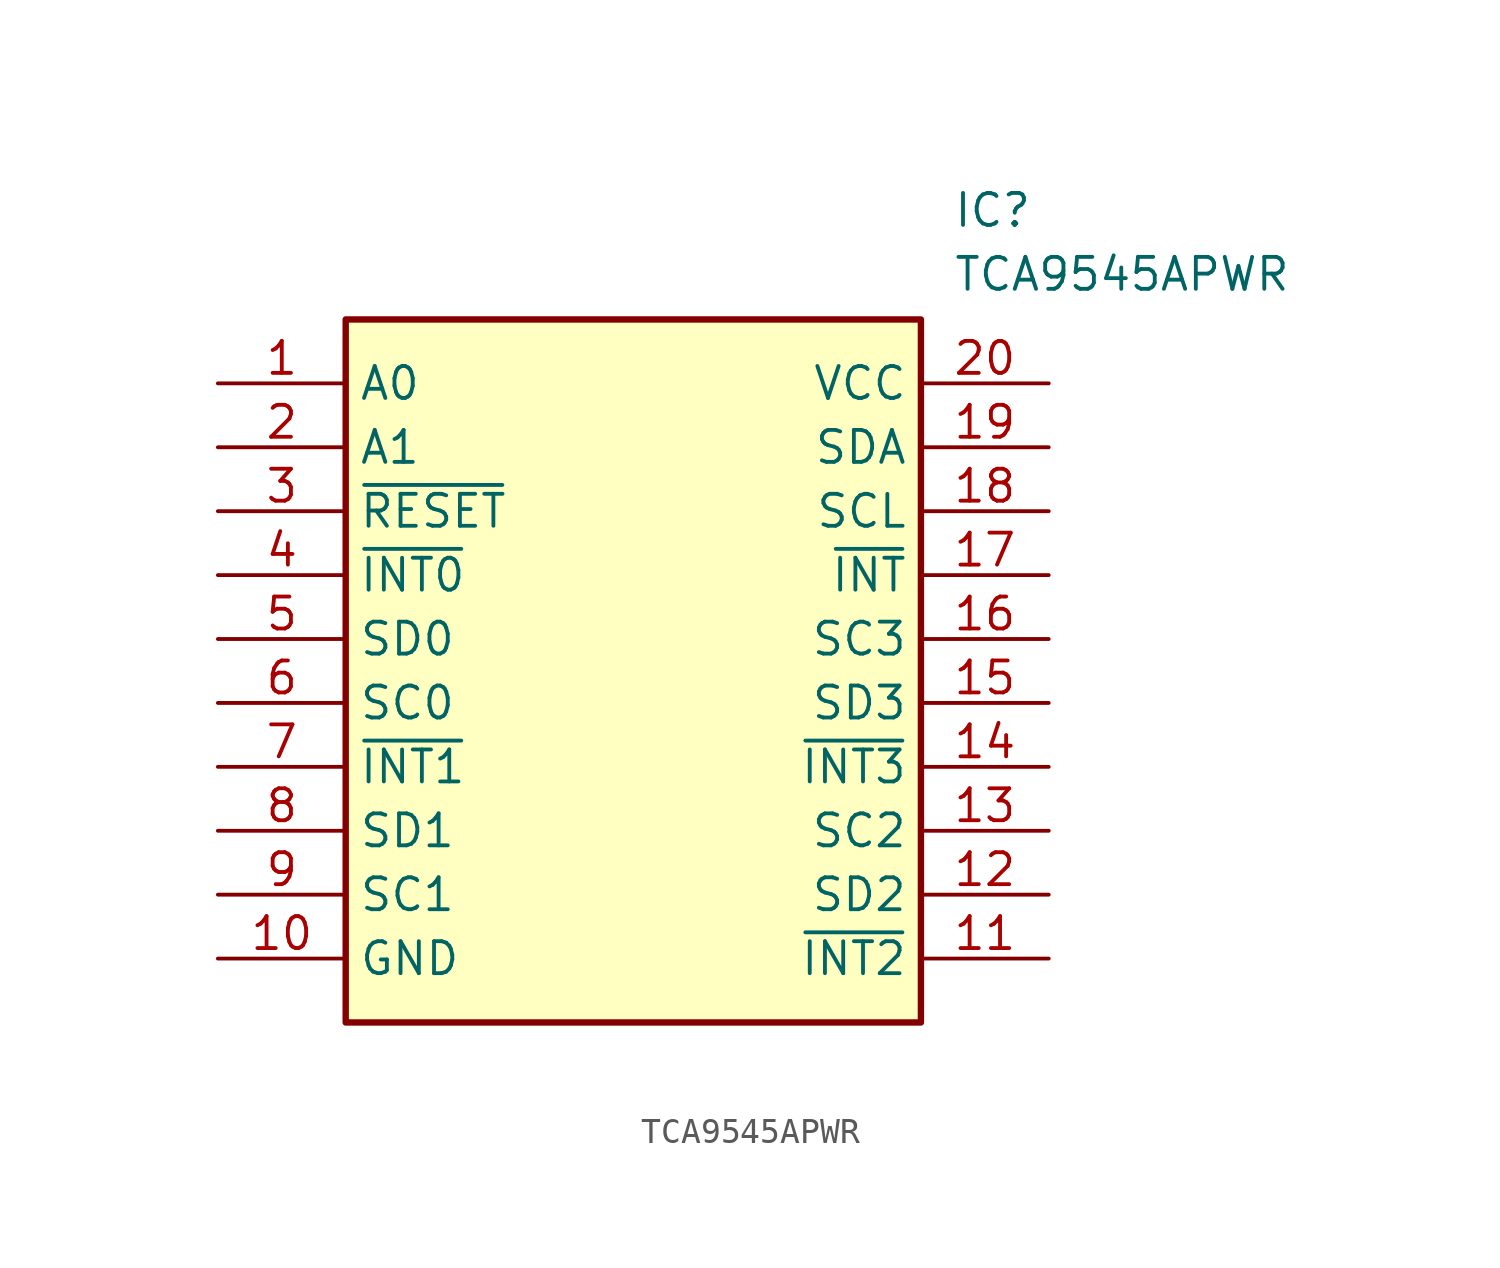
<source format=kicad_sym>
(kicad_symbol_lib
  (version 20231120)
  (generator "kicad_symbol_editor")
  (generator_version "8.0")
  (symbol "TCA9545APWR"
    (property "Reference" "IC"
      (at 29.21 7.62 0)
      (effects (font (size 1.27 1.27)) (justify left top)))
    (property "Value" "TCA9545APWR"
      (at 29.21 5.08 0)
      (effects (font (size 1.27 1.27)) (justify left top)))
    (symbol "TCA9545APWR_1_1"
      (rectangle (start 5.08 2.54) (end 27.94 -25.4) (stroke (width 0.254) (type default)) (fill (type background)))
      (pin passive line (at 0 0 0) (length 5.08) (name "A0" (effects (font (size 1.27 1.27)))) (number "1" (effects (font (size 1.27 1.27)))))
      (pin passive line (at 0 -22.86 0) (length 5.08) (name "GND" (effects (font (size 1.27 1.27)))) (number "10" (effects (font (size 1.27 1.27)))))
      (pin passive line (at 33.02 -22.86 180) (length 5.08) (name "~{INT2}" (effects (font (size 1.27 1.27)))) (number "11" (effects (font (size 1.27 1.27)))))
      (pin passive line (at 33.02 -20.32 180) (length 5.08) (name "SD2" (effects (font (size 1.27 1.27)))) (number "12" (effects (font (size 1.27 1.27)))))
      (pin passive line (at 33.02 -17.78 180) (length 5.08) (name "SC2" (effects (font (size 1.27 1.27)))) (number "13" (effects (font (size 1.27 1.27)))))
      (pin passive line (at 33.02 -15.24 180) (length 5.08) (name "~{INT3}" (effects (font (size 1.27 1.27)))) (number "14" (effects (font (size 1.27 1.27)))))
      (pin passive line (at 33.02 -12.7 180) (length 5.08) (name "SD3" (effects (font (size 1.27 1.27)))) (number "15" (effects (font (size 1.27 1.27)))))
      (pin passive line (at 33.02 -10.16 180) (length 5.08) (name "SC3" (effects (font (size 1.27 1.27)))) (number "16" (effects (font (size 1.27 1.27)))))
      (pin passive line (at 33.02 -7.62 180) (length 5.08) (name "~{INT}" (effects (font (size 1.27 1.27)))) (number "17" (effects (font (size 1.27 1.27)))))
      (pin passive line (at 33.02 -5.08 180) (length 5.08) (name "SCL" (effects (font (size 1.27 1.27)))) (number "18" (effects (font (size 1.27 1.27)))))
      (pin passive line (at 33.02 -2.54 180) (length 5.08) (name "SDA" (effects (font (size 1.27 1.27)))) (number "19" (effects (font (size 1.27 1.27)))))
      (pin passive line (at 0 -2.54 0) (length 5.08) (name "A1" (effects (font (size 1.27 1.27)))) (number "2" (effects (font (size 1.27 1.27)))))
      (pin passive line (at 33.02 0 180) (length 5.08) (name "VCC" (effects (font (size 1.27 1.27)))) (number "20" (effects (font (size 1.27 1.27)))))
      (pin passive line (at 0 -5.08 0) (length 5.08) (name "~{RESET}" (effects (font (size 1.27 1.27)))) (number "3" (effects (font (size 1.27 1.27)))))
      (pin passive line (at 0 -7.62 0) (length 5.08) (name "~{INT0}" (effects (font (size 1.27 1.27)))) (number "4" (effects (font (size 1.27 1.27)))))
      (pin passive line (at 0 -10.16 0) (length 5.08) (name "SD0" (effects (font (size 1.27 1.27)))) (number "5" (effects (font (size 1.27 1.27)))))
      (pin passive line (at 0 -12.7 0) (length 5.08) (name "SC0" (effects (font (size 1.27 1.27)))) (number "6" (effects (font (size 1.27 1.27)))))
      (pin passive line (at 0 -15.24 0) (length 5.08) (name "~{INT1}" (effects (font (size 1.27 1.27)))) (number "7" (effects (font (size 1.27 1.27)))))
      (pin passive line (at 0 -17.78 0) (length 5.08) (name "SD1" (effects (font (size 1.27 1.27)))) (number "8" (effects (font (size 1.27 1.27)))))
      (pin passive line (at 0 -20.32 0) (length 5.08) (name "SC1" (effects (font (size 1.27 1.27)))) (number "9" (effects (font (size 1.27 1.27))))))))
</source>
